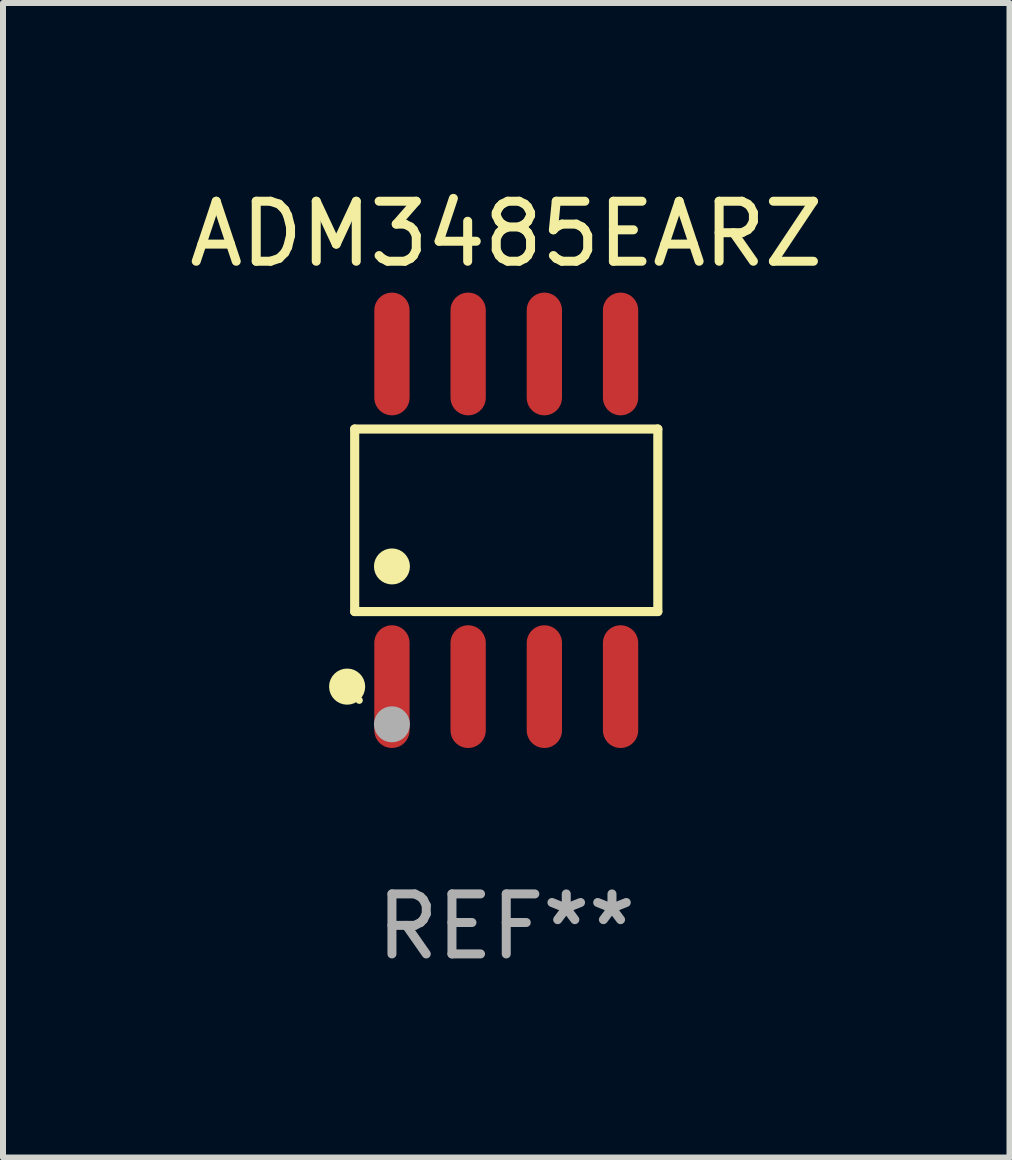
<source format=kicad_pcb>
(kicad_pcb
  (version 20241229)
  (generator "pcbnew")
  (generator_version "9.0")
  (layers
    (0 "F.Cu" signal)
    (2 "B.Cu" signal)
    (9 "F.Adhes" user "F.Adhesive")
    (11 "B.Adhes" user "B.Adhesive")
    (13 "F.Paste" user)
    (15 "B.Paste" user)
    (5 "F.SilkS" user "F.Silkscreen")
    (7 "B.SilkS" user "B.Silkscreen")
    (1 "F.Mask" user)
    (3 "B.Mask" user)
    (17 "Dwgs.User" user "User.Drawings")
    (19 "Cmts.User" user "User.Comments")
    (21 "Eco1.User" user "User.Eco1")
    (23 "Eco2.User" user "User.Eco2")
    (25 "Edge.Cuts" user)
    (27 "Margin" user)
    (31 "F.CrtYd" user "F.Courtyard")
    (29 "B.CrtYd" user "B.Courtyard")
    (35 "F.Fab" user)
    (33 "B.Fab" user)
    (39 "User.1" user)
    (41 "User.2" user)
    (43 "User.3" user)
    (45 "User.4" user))
  (footprint "ADM3485EARZ"
    (layer "F.Cu")
    (at 5.387 5.621)
    (property "Reference" "ADM3485EARZ" (at 0 -4.772 0) (layer "F.SilkS") (effects (font (size 1 1) (thickness 0.15))))
    (attr through_hole)
    (fp_line (start -2.526 -1.521) (end 2.526 -1.521) (stroke (width 0.152) (type solid)) (layer "F.SilkS"))
    (fp_line (start -2.526 1.521) (end -2.526 -1.521) (stroke (width 0.152) (type solid)) (layer "F.SilkS"))
    (fp_line (start 2.526 -1.521) (end 2.526 1.521) (stroke (width 0.152) (type solid)) (layer "F.SilkS"))
    (fp_line (start 2.526 1.521) (end -2.526 1.521) (stroke (width 0.152) (type solid)) (layer "F.SilkS"))
    (fp_circle (center -2.652 2.772) (end -2.501 2.772) (stroke (width 0.3) (type solid)) (fill no) (layer "F.SilkS"))
    (fp_circle (center -2.45 3) (end -2.42 3) (stroke (width 0.06) (type solid)) (fill no) (layer "F.SilkS"))
    (fp_circle (center -1.905 0.769) (end -1.755 0.769) (stroke (width 0.3) (type solid)) (fill no) (layer "F.SilkS"))
    (fp_circle (center -1.905 3.4) (end -1.755 3.4) (stroke (width 0.3) (type solid)) (fill no) (layer "F.Fab"))
    (fp_text user "REF**" (at 0 6.772 0) (layer "F.Fab") (effects (font (size 1 1) (thickness 0.15))))
    (pad "1" smd oval (at -1.905 2.772) (size 0.588 2.045) (layers "F.Cu" "F.Mask" "F.Paste"))
    (pad "2" smd oval (at -0.635 2.772) (size 0.588 2.045) (layers "F.Cu" "F.Mask" "F.Paste"))
    (pad "3" smd oval (at 0.635 2.772) (size 0.588 2.045) (layers "F.Cu" "F.Mask" "F.Paste"))
    (pad "4" smd oval (at 1.905 2.772) (size 0.588 2.045) (layers "F.Cu" "F.Mask" "F.Paste"))
    (pad "5" smd oval (at 1.905 -2.772) (size 0.588 2.045) (layers "F.Cu" "F.Mask" "F.Paste"))
    (pad "6" smd oval (at 0.635 -2.772) (size 0.588 2.045) (layers "F.Cu" "F.Mask" "F.Paste"))
    (pad "7" smd oval (at -0.635 -2.772) (size 0.588 2.045) (layers "F.Cu" "F.Mask" "F.Paste"))
    (pad "8" smd oval (at -1.905 -2.772) (size 0.588 2.045) (layers "F.Cu" "F.Mask" "F.Paste")))
  (gr_rect
    (start -3 -3)
    (end 13.774 16.241)
    (stroke (width 0.1) (type default))
    (fill no)
    (layer "Edge.Cuts")))
</source>
